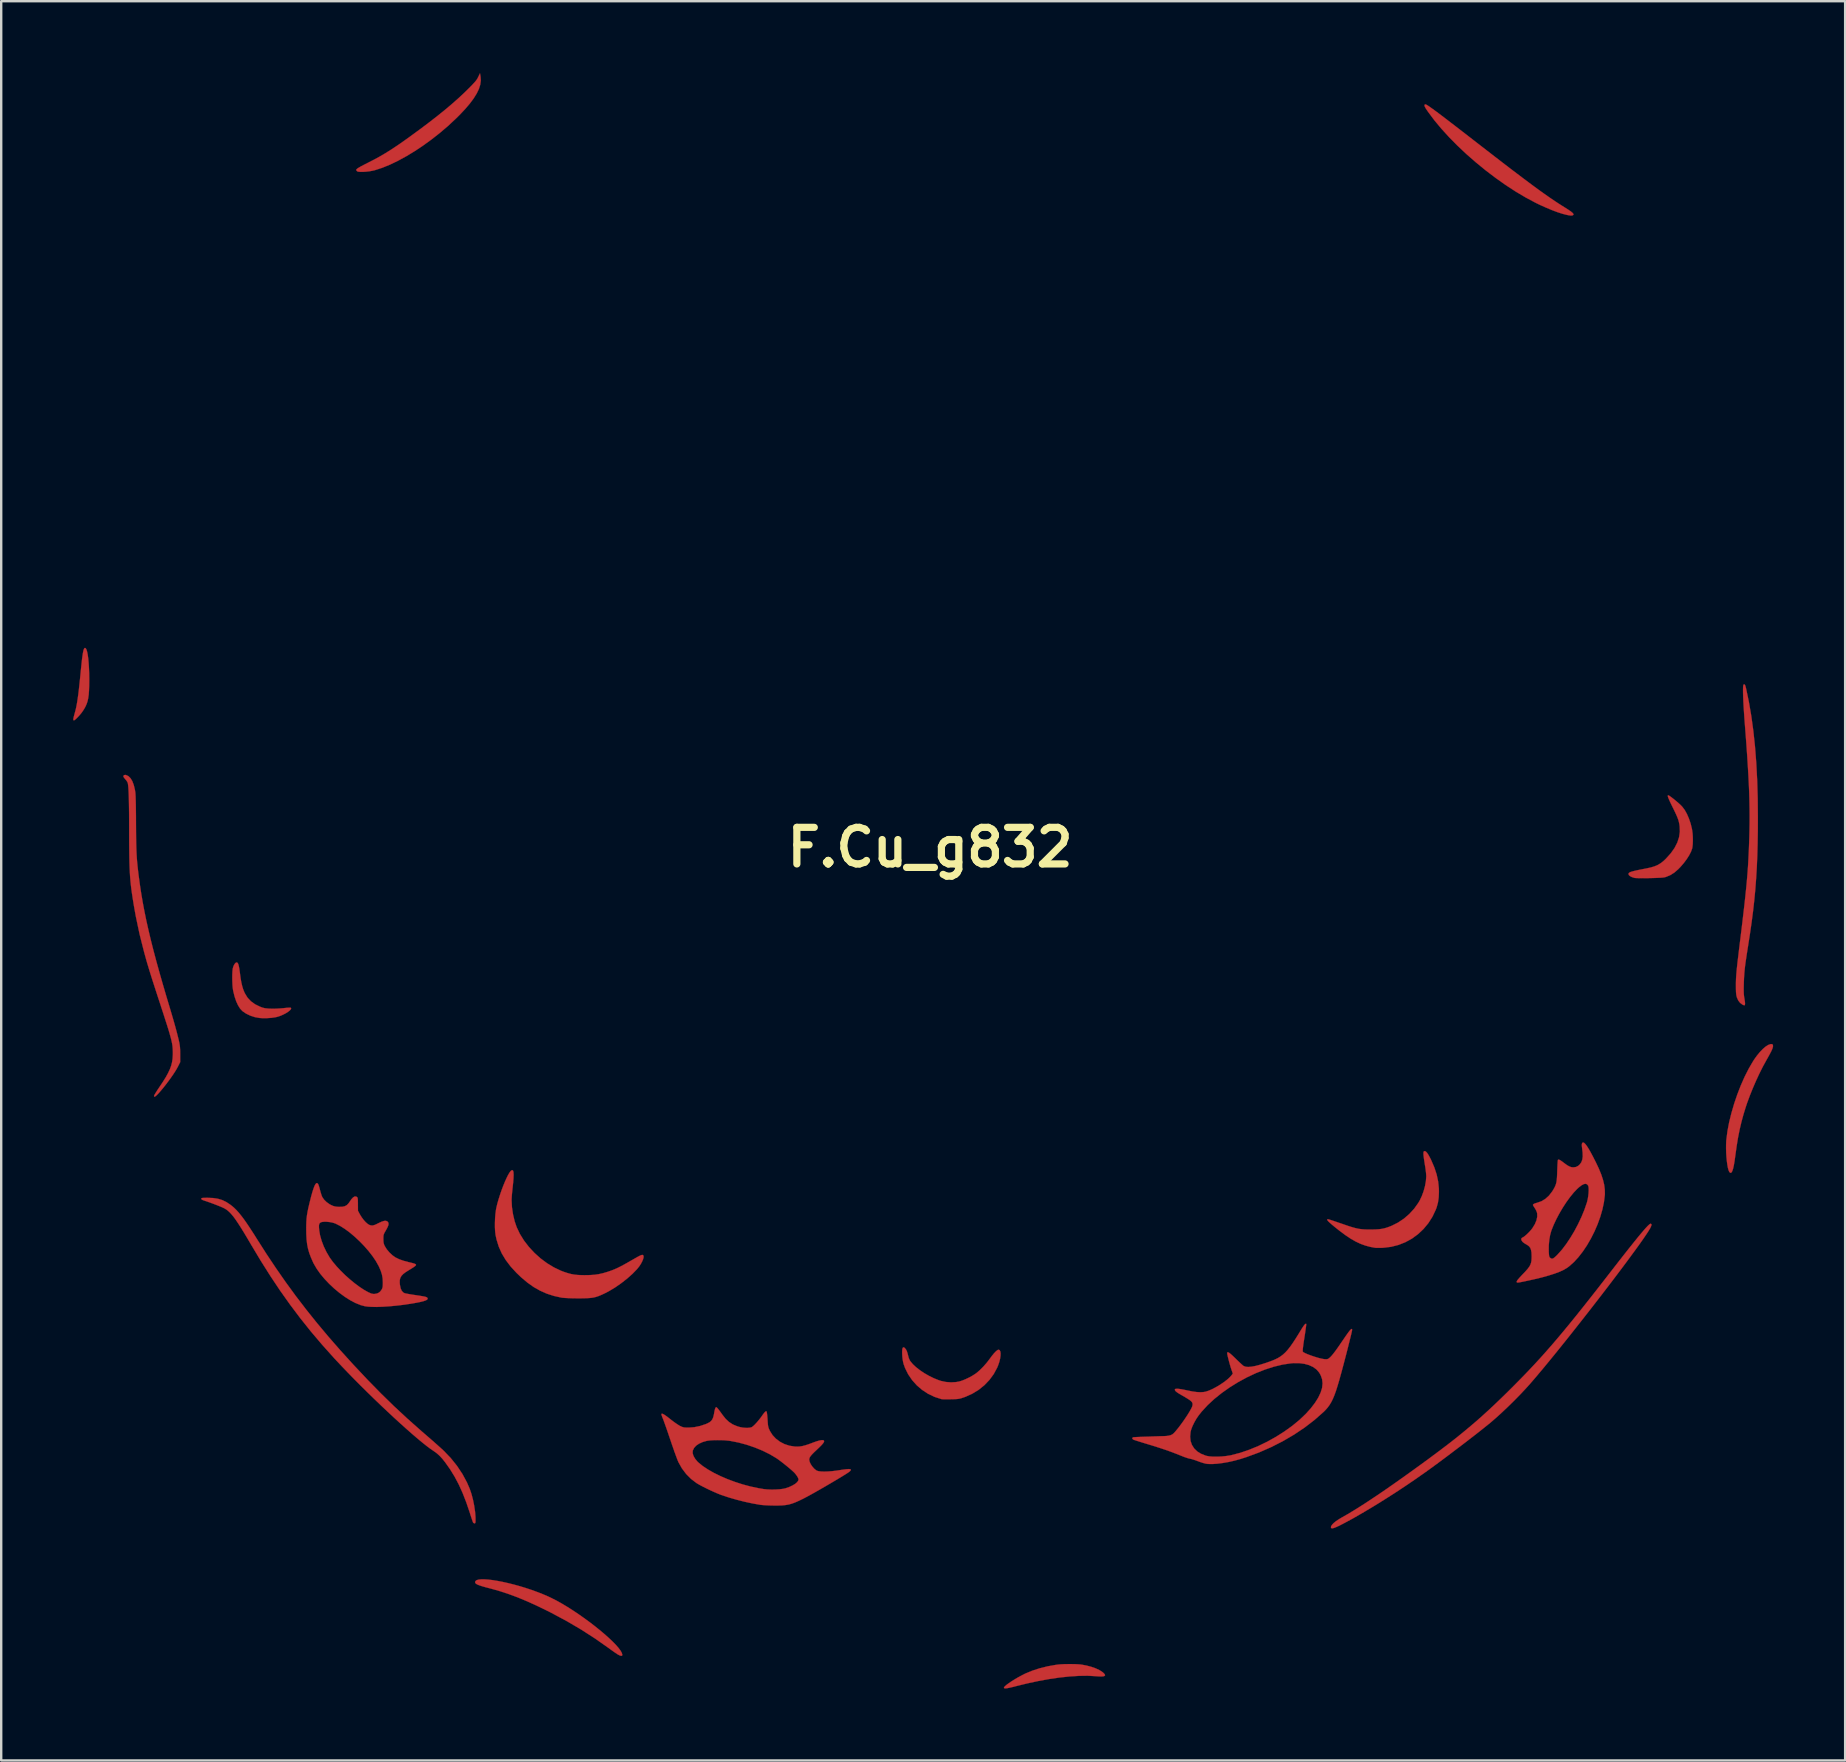
<source format=kicad_pcb>
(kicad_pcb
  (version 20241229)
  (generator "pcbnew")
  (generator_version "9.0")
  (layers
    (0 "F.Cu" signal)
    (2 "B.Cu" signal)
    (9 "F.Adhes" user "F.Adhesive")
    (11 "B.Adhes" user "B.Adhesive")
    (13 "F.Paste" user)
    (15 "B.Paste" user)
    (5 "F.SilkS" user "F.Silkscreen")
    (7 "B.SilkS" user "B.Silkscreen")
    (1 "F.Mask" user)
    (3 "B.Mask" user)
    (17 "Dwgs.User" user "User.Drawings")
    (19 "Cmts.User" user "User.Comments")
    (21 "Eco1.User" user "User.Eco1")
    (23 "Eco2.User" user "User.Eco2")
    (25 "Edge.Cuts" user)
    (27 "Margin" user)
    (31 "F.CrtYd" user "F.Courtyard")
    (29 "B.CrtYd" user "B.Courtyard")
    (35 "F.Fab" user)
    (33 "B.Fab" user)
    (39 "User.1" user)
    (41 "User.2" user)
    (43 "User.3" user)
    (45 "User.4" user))
  (footprint "F.Cu_g832"
    (layer "F.Cu")
    (at 35.713 32.267)
    (property "Reference" "F.Cu_g832" (at 0 0 0) (layer "F.SilkS") (effects (font (size 1.524 1.524) (thickness 0.3))))
    (attr through_hole)
    (fp_poly (pts (xy 6.057 34.041) (xy 6.191 34.048) (xy 6.295 34.058) (xy 6.297 34.058) (xy 6.511 34.097) (xy 6.714 34.15) (xy 6.899 34.215) (xy 7.058 34.289) (xy 7.184 34.37) (xy 7.225 34.404) (xy 7.275 34.458) (xy 7.294 34.5) (xy 7.278 34.529) (xy 7.227 34.547) (xy 7.138 34.554) (xy 7.011 34.55) (xy 6.89 34.541) (xy 6.564 34.524) (xy 6.206 34.529) (xy 5.819 34.553) (xy 5.406 34.597) (xy 4.971 34.66) (xy 4.519 34.742) (xy 4.052 34.842) (xy 3.627 34.946) (xy 3.461 34.989) (xy 3.332 35.019) (xy 3.234 35.039) (xy 3.164 35.049) (xy 3.117 35.049) (xy 3.089 35.04) (xy 3.079 35.029) (xy 3.085 35.001) (xy 3.125 34.957) (xy 3.192 34.899) (xy 3.284 34.832) (xy 3.394 34.757) (xy 3.519 34.679) (xy 3.654 34.599) (xy 3.795 34.522) (xy 3.936 34.45) (xy 3.981 34.428) (xy 4.262 34.312) (xy 4.572 34.212) (xy 4.903 34.13) (xy 5.244 34.07) (xy 5.333 34.058) (xy 5.447 34.048) (xy 5.588 34.041) (xy 5.744 34.038) (xy 5.904 34.038) (xy 6.057 34.041)) (stroke (width 0.01) (type solid)) (fill yes) (layer "F.Cu"))
    (fp_poly (pts (xy -35.195 -8.301) (xy -35.189 -8.296) (xy -35.159 -8.244) (xy -35.132 -8.154) (xy -35.107 -8.029) (xy -35.086 -7.873) (xy -35.069 -7.691) (xy -35.056 -7.486) (xy -35.047 -7.262) (xy -35.044 -7.023) (xy -35.044 -6.964) (xy -35.047 -6.73) (xy -35.054 -6.532) (xy -35.066 -6.364) (xy -35.086 -6.221) (xy -35.113 -6.096) (xy -35.15 -5.983) (xy -35.197 -5.876) (xy -35.256 -5.769) (xy -35.312 -5.682) (xy -35.364 -5.609) (xy -35.429 -5.53) (xy -35.498 -5.453) (xy -35.566 -5.383) (xy -35.625 -5.329) (xy -35.669 -5.297) (xy -35.685 -5.292) (xy -35.703 -5.31) (xy -35.708 -5.339) (xy -35.702 -5.379) (xy -35.687 -5.448) (xy -35.664 -5.536) (xy -35.647 -5.599) (xy -35.619 -5.701) (xy -35.593 -5.809) (xy -35.569 -5.928) (xy -35.546 -6.061) (xy -35.523 -6.213) (xy -35.499 -6.387) (xy -35.475 -6.586) (xy -35.45 -6.817) (xy -35.422 -7.081) (xy -35.393 -7.383) (xy -35.39 -7.408) (xy -35.366 -7.643) (xy -35.345 -7.838) (xy -35.324 -7.995) (xy -35.304 -8.118) (xy -35.285 -8.209) (xy -35.264 -8.27) (xy -35.243 -8.304) (xy -35.22 -8.314) (xy -35.195 -8.301)) (stroke (width 0.01) (type solid)) (fill yes) (layer "F.Cu"))
    (fp_poly (pts (xy 35.124 8.226) (xy 35.133 8.284) (xy 35.113 8.371) (xy 35.064 8.486) (xy 35.061 8.491) (xy 35.017 8.576) (xy 34.96 8.681) (xy 34.898 8.793) (xy 34.855 8.869) (xy 34.714 9.126) (xy 34.569 9.414) (xy 34.426 9.722) (xy 34.289 10.039) (xy 34.162 10.354) (xy 34.051 10.656) (xy 33.997 10.817) (xy 33.898 11.138) (xy 33.813 11.452) (xy 33.739 11.767) (xy 33.674 12.094) (xy 33.617 12.443) (xy 33.564 12.823) (xy 33.559 12.859) (xy 33.529 13.078) (xy 33.498 13.256) (xy 33.467 13.393) (xy 33.435 13.49) (xy 33.401 13.548) (xy 33.366 13.567) (xy 33.33 13.548) (xy 33.307 13.52) (xy 33.278 13.453) (xy 33.251 13.352) (xy 33.227 13.221) (xy 33.207 13.069) (xy 33.191 12.903) (xy 33.18 12.728) (xy 33.175 12.552) (xy 33.176 12.382) (xy 33.183 12.225) (xy 33.187 12.184) (xy 33.232 11.831) (xy 33.303 11.458) (xy 33.398 11.073) (xy 33.512 10.682) (xy 33.644 10.294) (xy 33.791 9.916) (xy 33.951 9.555) (xy 34.121 9.22) (xy 34.298 8.917) (xy 34.349 8.837) (xy 34.465 8.675) (xy 34.586 8.529) (xy 34.706 8.404) (xy 34.82 8.305) (xy 34.923 8.239) (xy 34.93 8.236) (xy 35.022 8.201) (xy 35.087 8.198) (xy 35.124 8.226)) (stroke (width 0.01) (type solid)) (fill yes) (layer "F.Cu"))
    (fp_poly (pts (xy -18.734 -32.116) (xy -18.724 -31.958) (xy -18.747 -31.79) (xy -18.803 -31.612) (xy -18.894 -31.422) (xy -19.02 -31.219) (xy -19.181 -31.002) (xy -19.379 -30.77) (xy -19.614 -30.521) (xy -19.773 -30.364) (xy -20.092 -30.067) (xy -20.427 -29.781) (xy -20.772 -29.51) (xy -21.123 -29.255) (xy -21.476 -29.02) (xy -21.827 -28.807) (xy -22.172 -28.618) (xy -22.507 -28.457) (xy -22.827 -28.326) (xy -23.128 -28.228) (xy -23.143 -28.223) (xy -23.258 -28.197) (xy -23.383 -28.176) (xy -23.509 -28.162) (xy -23.63 -28.154) (xy -23.736 -28.153) (xy -23.82 -28.16) (xy -23.873 -28.175) (xy -23.882 -28.182) (xy -23.91 -28.216) (xy -23.918 -28.234) (xy -23.908 -28.257) (xy -23.874 -28.288) (xy -23.814 -28.328) (xy -23.725 -28.38) (xy -23.604 -28.444) (xy -23.448 -28.523) (xy -23.421 -28.537) (xy -23.171 -28.665) (xy -22.928 -28.798) (xy -22.685 -28.941) (xy -22.436 -29.098) (xy -22.174 -29.272) (xy -21.892 -29.469) (xy -21.696 -29.609) (xy -21.274 -29.918) (xy -20.887 -30.209) (xy -20.533 -30.484) (xy -20.21 -30.745) (xy -19.914 -30.995) (xy -19.644 -31.234) (xy -19.397 -31.465) (xy -19.27 -31.59) (xy -19.152 -31.708) (xy -19.06 -31.803) (xy -18.99 -31.879) (xy -18.937 -31.941) (xy -18.897 -31.995) (xy -18.865 -32.045) (xy -18.837 -32.099) (xy -18.833 -32.107) (xy -18.758 -32.262) (xy -18.734 -32.116)) (stroke (width 0.01) (type solid)) (fill yes) (layer "F.Cu"))
    (fp_poly (pts (xy -18.41 30.517) (xy -18.226 30.539) (xy -18.025 30.572) (xy -17.808 30.614) (xy -17.58 30.665) (xy -17.344 30.724) (xy -17.101 30.791) (xy -16.857 30.865) (xy -16.613 30.946) (xy -16.373 31.033) (xy -16.14 31.124) (xy -15.917 31.22) (xy -15.78 31.285) (xy -15.569 31.392) (xy -15.349 31.515) (xy -15.122 31.651) (xy -14.891 31.798) (xy -14.659 31.953) (xy -14.429 32.115) (xy -14.203 32.28) (xy -13.985 32.447) (xy -13.777 32.614) (xy -13.582 32.777) (xy -13.404 32.935) (xy -13.244 33.085) (xy -13.106 33.226) (xy -12.992 33.355) (xy -12.906 33.469) (xy -12.85 33.566) (xy -12.827 33.645) (xy -12.827 33.654) (xy -12.84 33.689) (xy -12.88 33.694) (xy -12.949 33.671) (xy -12.991 33.649) (xy -13.037 33.622) (xy -13.109 33.574) (xy -13.2 33.51) (xy -13.305 33.436) (xy -13.415 33.356) (xy -13.415 33.356) (xy -13.968 32.968) (xy -14.54 32.6) (xy -15.138 32.249) (xy -15.769 31.91) (xy -15.961 31.813) (xy -16.393 31.603) (xy -16.8 31.419) (xy -17.186 31.258) (xy -17.559 31.12) (xy -17.923 31) (xy -18.284 30.897) (xy -18.352 30.88) (xy -18.535 30.832) (xy -18.68 30.79) (xy -18.791 30.753) (xy -18.871 30.72) (xy -18.924 30.689) (xy -18.953 30.658) (xy -18.961 30.635) (xy -18.951 30.582) (xy -18.903 30.543) (xy -18.822 30.518) (xy -18.711 30.506) (xy -18.573 30.506) (xy -18.41 30.517)) (stroke (width 0.01) (type solid)) (fill yes) (layer "F.Cu"))
    (fp_poly (pts (xy -28.873 4.803) (xy -28.848 4.831) (xy -28.826 4.883) (xy -28.806 4.963) (xy -28.786 5.077) (xy -28.765 5.228) (xy -28.763 5.245) (xy -28.735 5.453) (xy -28.705 5.626) (xy -28.671 5.773) (xy -28.633 5.901) (xy -28.587 6.018) (xy -28.554 6.088) (xy -28.446 6.263) (xy -28.306 6.413) (xy -28.132 6.539) (xy -27.923 6.641) (xy -27.824 6.678) (xy -27.716 6.704) (xy -27.574 6.719) (xy -27.406 6.725) (xy -27.219 6.721) (xy -27.02 6.707) (xy -26.968 6.702) (xy -26.859 6.691) (xy -26.764 6.683) (xy -26.692 6.679) (xy -26.652 6.679) (xy -26.646 6.68) (xy -26.628 6.71) (xy -26.644 6.751) (xy -26.69 6.8) (xy -26.759 6.854) (xy -26.847 6.91) (xy -26.948 6.963) (xy -27.057 7.012) (xy -27.168 7.051) (xy -27.273 7.078) (xy -27.448 7.104) (xy -27.643 7.117) (xy -27.837 7.116) (xy -27.94 7.11) (xy -28.136 7.076) (xy -28.329 7.013) (xy -28.508 6.927) (xy -28.66 6.823) (xy -28.661 6.821) (xy -28.755 6.721) (xy -28.842 6.582) (xy -28.92 6.412) (xy -28.987 6.213) (xy -29.041 5.992) (xy -29.049 5.951) (xy -29.064 5.85) (xy -29.074 5.723) (xy -29.08 5.58) (xy -29.083 5.432) (xy -29.081 5.29) (xy -29.075 5.164) (xy -29.065 5.066) (xy -29.06 5.039) (xy -29.032 4.948) (xy -28.993 4.871) (xy -28.949 4.816) (xy -28.905 4.794) (xy -28.903 4.794) (xy -28.873 4.803)) (stroke (width 0.01) (type solid)) (fill yes) (layer "F.Cu"))
    (fp_poly (pts (xy 20.662 -30.963) (xy 20.691 -30.949) (xy 20.733 -30.925) (xy 20.788 -30.889) (xy 20.858 -30.84) (xy 20.946 -30.777) (xy 21.053 -30.699) (xy 21.18 -30.605) (xy 21.329 -30.492) (xy 21.502 -30.361) (xy 21.699 -30.209) (xy 21.924 -30.037) (xy 22.177 -29.841) (xy 22.46 -29.622) (xy 22.774 -29.379) (xy 22.789 -29.367) (xy 23.182 -29.063) (xy 23.544 -28.783) (xy 23.876 -28.527) (xy 24.181 -28.293) (xy 24.462 -28.08) (xy 24.719 -27.886) (xy 24.955 -27.709) (xy 25.172 -27.548) (xy 25.371 -27.402) (xy 25.556 -27.27) (xy 25.727 -27.149) (xy 25.888 -27.038) (xy 26.039 -26.936) (xy 26.183 -26.841) (xy 26.322 -26.752) (xy 26.458 -26.667) (xy 26.469 -26.66) (xy 26.608 -26.572) (xy 26.711 -26.5) (xy 26.779 -26.443) (xy 26.813 -26.399) (xy 26.815 -26.367) (xy 26.787 -26.345) (xy 26.785 -26.344) (xy 26.743 -26.335) (xy 26.688 -26.335) (xy 26.609 -26.347) (xy 26.524 -26.364) (xy 26.347 -26.41) (xy 26.141 -26.477) (xy 25.913 -26.563) (xy 25.669 -26.665) (xy 25.416 -26.779) (xy 25.229 -26.87) (xy 24.819 -27.089) (xy 24.401 -27.337) (xy 23.981 -27.611) (xy 23.562 -27.908) (xy 23.148 -28.223) (xy 22.744 -28.554) (xy 22.353 -28.896) (xy 21.981 -29.246) (xy 21.631 -29.601) (xy 21.308 -29.956) (xy 21.015 -30.308) (xy 20.757 -30.654) (xy 20.67 -30.781) (xy 20.622 -30.864) (xy 20.604 -30.925) (xy 20.616 -30.959) (xy 20.644 -30.967) (xy 20.662 -30.963)) (stroke (width 0.01) (type solid)) (fill yes) (layer "F.Cu"))
    (fp_poly (pts (xy -1.074 20.847) (xy -1.056 20.862) (xy -1.005 20.922) (xy -0.965 21.003) (xy -0.931 21.114) (xy -0.918 21.171) (xy -0.888 21.281) (xy -0.846 21.377) (xy -0.826 21.409) (xy -0.724 21.533) (xy -0.587 21.662) (xy -0.423 21.79) (xy -0.24 21.913) (xy -0.043 22.026) (xy 0.159 22.125) (xy 0.359 22.205) (xy 0.456 22.237) (xy 0.658 22.28) (xy 0.873 22.296) (xy 1.083 22.284) (xy 1.217 22.26) (xy 1.341 22.221) (xy 1.485 22.162) (xy 1.636 22.09) (xy 1.779 22.01) (xy 1.902 21.93) (xy 1.926 21.913) (xy 2.073 21.788) (xy 2.224 21.636) (xy 2.37 21.468) (xy 2.487 21.315) (xy 2.584 21.184) (xy 2.672 21.077) (xy 2.75 20.998) (xy 2.812 20.949) (xy 2.854 20.934) (xy 2.898 20.952) (xy 2.927 21.005) (xy 2.939 21.085) (xy 2.936 21.188) (xy 2.919 21.308) (xy 2.887 21.44) (xy 2.84 21.578) (xy 2.798 21.68) (xy 2.654 21.948) (xy 2.475 22.193) (xy 2.265 22.413) (xy 2.026 22.606) (xy 1.761 22.768) (xy 1.474 22.898) (xy 1.395 22.926) (xy 1.317 22.952) (xy 1.251 22.971) (xy 1.187 22.983) (xy 1.116 22.991) (xy 1.026 22.996) (xy 0.909 22.999) (xy 0.857 23) (xy 0.739 23.001) (xy 0.633 23.001) (xy 0.548 23) (xy 0.492 22.997) (xy 0.476 22.995) (xy 0.188 22.902) (xy -0.082 22.773) (xy -0.33 22.611) (xy -0.553 22.42) (xy -0.748 22.202) (xy -0.913 21.96) (xy -1.043 21.697) (xy -1.101 21.537) (xy -1.124 21.446) (xy -1.143 21.339) (xy -1.156 21.225) (xy -1.163 21.111) (xy -1.164 21.008) (xy -1.158 20.924) (xy -1.145 20.867) (xy -1.134 20.851) (xy -1.104 20.834) (xy -1.074 20.847)) (stroke (width 0.01) (type solid)) (fill yes) (layer "F.Cu"))
    (fp_poly (pts (xy 30.791 -2.161) (xy 30.814 -2.148) (xy 30.895 -2.09) (xy 30.994 -2.014) (xy 31.099 -1.927) (xy 31.201 -1.839) (xy 31.289 -1.758) (xy 31.347 -1.698) (xy 31.449 -1.563) (xy 31.544 -1.394) (xy 31.628 -1.2) (xy 31.699 -0.99) (xy 31.752 -0.774) (xy 31.761 -0.722) (xy 31.779 -0.586) (xy 31.789 -0.434) (xy 31.791 -0.279) (xy 31.786 -0.133) (xy 31.772 -0.009) (xy 31.76 0.053) (xy 31.712 0.184) (xy 31.635 0.333) (xy 31.533 0.492) (xy 31.41 0.656) (xy 31.272 0.816) (xy 31.179 0.912) (xy 31.017 1.052) (xy 30.843 1.16) (xy 30.667 1.232) (xy 30.596 1.25) (xy 30.543 1.257) (xy 30.455 1.264) (xy 30.341 1.269) (xy 30.209 1.274) (xy 30.065 1.278) (xy 29.916 1.281) (xy 29.771 1.282) (xy 29.637 1.283) (xy 29.52 1.281) (xy 29.428 1.278) (xy 29.369 1.274) (xy 29.358 1.272) (xy 29.254 1.239) (xy 29.174 1.198) (xy 29.123 1.152) (xy 29.108 1.105) (xy 29.112 1.09) (xy 29.125 1.068) (xy 29.15 1.047) (xy 29.191 1.027) (xy 29.251 1.007) (xy 29.336 0.984) (xy 29.448 0.958) (xy 29.593 0.928) (xy 29.773 0.893) (xy 29.845 0.879) (xy 30.038 0.837) (xy 30.199 0.788) (xy 30.336 0.729) (xy 30.459 0.653) (xy 30.578 0.558) (xy 30.67 0.47) (xy 30.87 0.247) (xy 31.028 0.024) (xy 31.143 -0.201) (xy 31.217 -0.428) (xy 31.249 -0.656) (xy 31.241 -0.868) (xy 31.229 -0.96) (xy 31.212 -1.046) (xy 31.19 -1.13) (xy 31.158 -1.221) (xy 31.115 -1.326) (xy 31.058 -1.451) (xy 30.985 -1.602) (xy 30.942 -1.688) (xy 30.865 -1.846) (xy 30.808 -1.97) (xy 30.769 -2.061) (xy 30.749 -2.124) (xy 30.746 -2.159) (xy 30.761 -2.171) (xy 30.791 -2.161)) (stroke (width 0.01) (type solid)) (fill yes) (layer "F.Cu"))
    (fp_poly (pts (xy 20.662 12.676) (xy 20.715 12.732) (xy 20.778 12.827) (xy 20.85 12.962) (xy 20.883 13.028) (xy 21.016 13.336) (xy 21.113 13.632) (xy 21.175 13.923) (xy 21.205 14.216) (xy 21.208 14.362) (xy 21.198 14.593) (xy 21.168 14.8) (xy 21.116 14.993) (xy 21.078 15.096) (xy 20.938 15.392) (xy 20.765 15.663) (xy 20.563 15.906) (xy 20.335 16.12) (xy 20.084 16.304) (xy 19.811 16.454) (xy 19.52 16.569) (xy 19.214 16.647) (xy 18.895 16.686) (xy 18.838 16.689) (xy 18.739 16.692) (xy 18.648 16.692) (xy 18.579 16.69) (xy 18.553 16.688) (xy 18.338 16.648) (xy 18.133 16.592) (xy 17.932 16.518) (xy 17.729 16.422) (xy 17.521 16.302) (xy 17.303 16.156) (xy 17.068 15.981) (xy 16.85 15.807) (xy 16.737 15.712) (xy 16.654 15.639) (xy 16.598 15.586) (xy 16.565 15.548) (xy 16.553 15.521) (xy 16.557 15.504) (xy 16.559 15.501) (xy 16.565 15.497) (xy 16.577 15.497) (xy 16.598 15.5) (xy 16.633 15.509) (xy 16.685 15.525) (xy 16.759 15.549) (xy 16.857 15.582) (xy 16.986 15.626) (xy 17.147 15.681) (xy 17.272 15.724) (xy 17.456 15.787) (xy 17.611 15.835) (xy 17.744 15.871) (xy 17.866 15.897) (xy 17.986 15.913) (xy 18.113 15.923) (xy 18.255 15.927) (xy 18.373 15.927) (xy 18.553 15.924) (xy 18.702 15.915) (xy 18.832 15.898) (xy 18.954 15.871) (xy 19.079 15.832) (xy 19.219 15.778) (xy 19.237 15.771) (xy 19.497 15.641) (xy 19.745 15.476) (xy 19.973 15.279) (xy 20.177 15.057) (xy 20.35 14.814) (xy 20.41 14.711) (xy 20.496 14.529) (xy 20.57 14.325) (xy 20.628 14.114) (xy 20.665 13.907) (xy 20.68 13.718) (xy 20.68 13.708) (xy 20.676 13.635) (xy 20.667 13.534) (xy 20.652 13.419) (xy 20.637 13.314) (xy 20.607 13.13) (xy 20.585 12.984) (xy 20.57 12.87) (xy 20.563 12.786) (xy 20.563 12.727) (xy 20.569 12.689) (xy 20.583 12.668) (xy 20.603 12.659) (xy 20.617 12.658) (xy 20.662 12.676)) (stroke (width 0.01) (type solid)) (fill yes) (layer "F.Cu"))
    (fp_poly (pts (xy -17.375 13.484) (xy -17.362 13.548) (xy -17.357 13.647) (xy -17.362 13.782) (xy -17.375 13.955) (xy -17.397 14.168) (xy -17.399 14.182) (xy -17.413 14.316) (xy -17.426 14.448) (xy -17.435 14.567) (xy -17.44 14.663) (xy -17.441 14.706) (xy -17.426 14.996) (xy -17.382 15.294) (xy -17.313 15.584) (xy -17.231 15.824) (xy -17.097 16.108) (xy -16.926 16.385) (xy -16.722 16.65) (xy -16.49 16.9) (xy -16.235 17.129) (xy -15.962 17.332) (xy -15.675 17.506) (xy -15.38 17.646) (xy -15.258 17.692) (xy -15.101 17.743) (xy -14.961 17.781) (xy -14.824 17.806) (xy -14.678 17.821) (xy -14.509 17.828) (xy -14.393 17.829) (xy -14.175 17.825) (xy -13.984 17.812) (xy -13.807 17.786) (xy -13.631 17.746) (xy -13.441 17.69) (xy -13.396 17.675) (xy -13.276 17.633) (xy -13.161 17.588) (xy -13.045 17.537) (xy -12.921 17.476) (xy -12.781 17.402) (xy -12.619 17.312) (xy -12.452 17.216) (xy -12.313 17.137) (xy -12.207 17.076) (xy -12.126 17.033) (xy -12.068 17.005) (xy -12.027 16.99) (xy -11.997 16.984) (xy -11.975 16.987) (xy -11.97 16.989) (xy -11.943 17.02) (xy -11.94 17.078) (xy -11.958 17.157) (xy -11.996 17.25) (xy -12.05 17.353) (xy -12.119 17.459) (xy -12.2 17.561) (xy -12.207 17.57) (xy -12.401 17.771) (xy -12.627 17.972) (xy -12.874 18.165) (xy -13.132 18.344) (xy -13.391 18.499) (xy -13.557 18.585) (xy -13.701 18.652) (xy -13.82 18.701) (xy -13.926 18.736) (xy -14.028 18.76) (xy -14.127 18.775) (xy -14.218 18.783) (xy -14.339 18.789) (xy -14.483 18.793) (xy -14.64 18.794) (xy -14.803 18.793) (xy -14.962 18.79) (xy -15.109 18.784) (xy -15.235 18.777) (xy -15.331 18.769) (xy -15.367 18.763) (xy -15.682 18.693) (xy -15.976 18.598) (xy -16.253 18.475) (xy -16.521 18.323) (xy -16.783 18.137) (xy -17.045 17.916) (xy -17.241 17.728) (xy -17.483 17.464) (xy -17.685 17.197) (xy -17.849 16.924) (xy -17.976 16.641) (xy -18.068 16.346) (xy -18.11 16.149) (xy -18.127 16.007) (xy -18.136 15.835) (xy -18.136 15.647) (xy -18.129 15.453) (xy -18.114 15.268) (xy -18.092 15.101) (xy -18.078 15.027) (xy -18.038 14.858) (xy -17.987 14.678) (xy -17.928 14.491) (xy -17.864 14.304) (xy -17.796 14.122) (xy -17.727 13.951) (xy -17.658 13.797) (xy -17.593 13.665) (xy -17.534 13.561) (xy -17.482 13.492) (xy -17.473 13.483) (xy -17.431 13.453) (xy -17.398 13.453) (xy -17.375 13.484)) (stroke (width 0.01) (type solid)) (fill yes) (layer "F.Cu"))
    (fp_poly (pts (xy 33.951 -6.787) (xy 33.969 -6.759) (xy 33.988 -6.704) (xy 34.01 -6.615) (xy 34.012 -6.609) (xy 34.127 -6.057) (xy 34.227 -5.475) (xy 34.311 -4.86) (xy 34.38 -4.212) (xy 34.433 -3.529) (xy 34.471 -2.811) (xy 34.494 -2.056) (xy 34.501 -1.262) (xy 34.501 -1.249) (xy 34.499 -0.682) (xy 34.49 -0.151) (xy 34.476 0.352) (xy 34.456 0.832) (xy 34.428 1.296) (xy 34.394 1.75) (xy 34.351 2.202) (xy 34.3 2.657) (xy 34.24 3.123) (xy 34.17 3.606) (xy 34.11 3.99) (xy 34.07 4.248) (xy 34.035 4.469) (xy 34.007 4.66) (xy 33.983 4.824) (xy 33.964 4.969) (xy 33.95 5.099) (xy 33.938 5.219) (xy 33.93 5.335) (xy 33.923 5.453) (xy 33.918 5.577) (xy 33.915 5.669) (xy 33.911 5.828) (xy 33.91 5.954) (xy 33.912 6.055) (xy 33.917 6.14) (xy 33.926 6.219) (xy 33.939 6.3) (xy 33.941 6.307) (xy 33.96 6.43) (xy 33.966 6.514) (xy 33.959 6.564) (xy 33.939 6.583) (xy 33.936 6.583) (xy 33.907 6.574) (xy 33.86 6.553) (xy 33.856 6.551) (xy 33.76 6.48) (xy 33.681 6.377) (xy 33.625 6.25) (xy 33.622 6.238) (xy 33.607 6.176) (xy 33.596 6.107) (xy 33.589 6.022) (xy 33.586 5.913) (xy 33.585 5.772) (xy 33.585 5.747) (xy 33.585 5.657) (xy 33.587 5.572) (xy 33.59 5.486) (xy 33.595 5.396) (xy 33.602 5.298) (xy 33.611 5.188) (xy 33.623 5.063) (xy 33.638 4.919) (xy 33.657 4.751) (xy 33.68 4.557) (xy 33.707 4.331) (xy 33.738 4.072) (xy 33.773 3.789) (xy 33.825 3.367) (xy 33.871 2.982) (xy 33.912 2.632) (xy 33.949 2.311) (xy 33.981 2.016) (xy 34.009 1.742) (xy 34.034 1.485) (xy 34.055 1.242) (xy 34.074 1.008) (xy 34.09 0.78) (xy 34.103 0.552) (xy 34.115 0.321) (xy 34.126 0.083) (xy 34.135 -0.166) (xy 34.144 -0.427) (xy 34.151 -0.728) (xy 34.156 -1.026) (xy 34.157 -1.325) (xy 34.154 -1.63) (xy 34.148 -1.944) (xy 34.139 -2.27) (xy 34.125 -2.613) (xy 34.107 -2.976) (xy 34.084 -3.363) (xy 34.058 -3.778) (xy 34.027 -4.225) (xy 33.991 -4.708) (xy 33.963 -5.069) (xy 33.942 -5.346) (xy 33.924 -5.609) (xy 33.908 -5.855) (xy 33.896 -6.078) (xy 33.888 -6.275) (xy 33.883 -6.442) (xy 33.882 -6.575) (xy 33.884 -6.662) (xy 33.89 -6.736) (xy 33.9 -6.776) (xy 33.916 -6.793) (xy 33.93 -6.795) (xy 33.951 -6.787)) (stroke (width 0.01) (type solid)) (fill yes) (layer "F.Cu"))
    (fp_poly (pts (xy 30.063 15.7) (xy 30.066 15.744) (xy 30.039 15.818) (xy 30.008 15.88) (xy 29.945 15.984) (xy 29.857 16.12) (xy 29.746 16.283) (xy 29.614 16.472) (xy 29.461 16.685) (xy 29.291 16.918) (xy 29.105 17.171) (xy 28.905 17.441) (xy 28.692 17.724) (xy 28.468 18.02) (xy 28.236 18.325) (xy 27.996 18.638) (xy 27.751 18.955) (xy 27.502 19.276) (xy 27.251 19.597) (xy 27 19.916) (xy 26.752 20.23) (xy 26.506 20.539) (xy 26.266 20.838) (xy 26.033 21.127) (xy 25.809 21.401) (xy 25.595 21.661) (xy 25.394 21.902) (xy 25.208 22.122) (xy 25.037 22.32) (xy 25.01 22.352) (xy 24.801 22.583) (xy 24.57 22.828) (xy 24.323 23.079) (xy 24.07 23.327) (xy 23.818 23.565) (xy 23.575 23.785) (xy 23.367 23.965) (xy 23.236 24.072) (xy 23.076 24.2) (xy 22.891 24.347) (xy 22.685 24.508) (xy 22.463 24.679) (xy 22.23 24.859) (xy 21.989 25.042) (xy 21.746 25.226) (xy 21.505 25.408) (xy 21.27 25.583) (xy 21.046 25.748) (xy 20.838 25.9) (xy 20.65 26.035) (xy 20.637 26.044) (xy 20.23 26.33) (xy 19.807 26.617) (xy 19.377 26.901) (xy 18.946 27.176) (xy 18.521 27.44) (xy 18.11 27.686) (xy 17.72 27.912) (xy 17.518 28.024) (xy 17.321 28.131) (xy 17.157 28.217) (xy 17.023 28.284) (xy 16.918 28.332) (xy 16.837 28.363) (xy 16.778 28.378) (xy 16.738 28.378) (xy 16.715 28.364) (xy 16.708 28.353) (xy 16.711 28.302) (xy 16.748 28.238) (xy 16.818 28.164) (xy 16.915 28.084) (xy 17.038 28.001) (xy 17.141 27.94) (xy 17.393 27.796) (xy 17.664 27.633) (xy 17.957 27.45) (xy 18.273 27.246) (xy 18.613 27.019) (xy 18.98 26.769) (xy 19.373 26.495) (xy 19.796 26.196) (xy 20.249 25.87) (xy 20.426 25.742) (xy 20.83 25.446) (xy 21.202 25.169) (xy 21.548 24.907) (xy 21.871 24.656) (xy 22.175 24.411) (xy 22.466 24.17) (xy 22.749 23.929) (xy 23.026 23.684) (xy 23.303 23.431) (xy 23.585 23.166) (xy 23.876 22.886) (xy 24.074 22.692) (xy 24.327 22.44) (xy 24.569 22.195) (xy 24.804 21.954) (xy 25.032 21.715) (xy 25.256 21.475) (xy 25.479 21.231) (xy 25.702 20.981) (xy 25.929 20.721) (xy 26.161 20.449) (xy 26.401 20.163) (xy 26.651 19.86) (xy 26.913 19.537) (xy 27.189 19.192) (xy 27.483 18.821) (xy 27.796 18.422) (xy 28.13 17.993) (xy 28.279 17.801) (xy 28.539 17.466) (xy 28.774 17.164) (xy 28.986 16.894) (xy 29.176 16.654) (xy 29.344 16.444) (xy 29.491 16.262) (xy 29.619 16.107) (xy 29.728 15.978) (xy 29.819 15.874) (xy 29.893 15.794) (xy 29.952 15.737) (xy 29.995 15.701) (xy 30.024 15.685) (xy 30.03 15.684) (xy 30.063 15.7)) (stroke (width 0.01) (type solid)) (fill yes) (layer "F.Cu"))
    (fp_poly (pts (xy -29.876 14.614) (xy -29.678 14.645) (xy -29.499 14.699) (xy -29.331 14.781) (xy -29.162 14.893) (xy -29.105 14.937) (xy -29.009 15.018) (xy -28.913 15.113) (xy -28.813 15.223) (xy -28.708 15.352) (xy -28.594 15.503) (xy -28.47 15.68) (xy -28.333 15.886) (xy -28.179 16.123) (xy -28.063 16.309) (xy -27.663 16.936) (xy -27.26 17.54) (xy -26.851 18.127) (xy -26.432 18.701) (xy -25.998 19.267) (xy -25.547 19.83) (xy -25.074 20.394) (xy -24.577 20.963) (xy -24.05 21.544) (xy -23.49 22.14) (xy -23.414 22.22) (xy -22.879 22.766) (xy -22.339 23.293) (xy -21.781 23.811) (xy -21.197 24.329) (xy -21.007 24.493) (xy -20.868 24.613) (xy -20.728 24.735) (xy -20.593 24.855) (xy -20.469 24.965) (xy -20.363 25.061) (xy -20.282 25.136) (xy -20.27 25.147) (xy -19.977 25.452) (xy -19.716 25.777) (xy -19.489 26.119) (xy -19.299 26.472) (xy -19.184 26.739) (xy -19.112 26.952) (xy -19.05 27.189) (xy -19 27.437) (xy -18.964 27.681) (xy -18.946 27.908) (xy -18.945 27.988) (xy -18.945 28.077) (xy -18.949 28.132) (xy -18.957 28.16) (xy -18.971 28.171) (xy -18.986 28.173) (xy -19.03 28.156) (xy -19.047 28.136) (xy -19.059 28.105) (xy -19.082 28.04) (xy -19.113 27.949) (xy -19.149 27.839) (xy -19.187 27.718) (xy -19.33 27.297) (xy -19.48 26.912) (xy -19.639 26.559) (xy -19.812 26.232) (xy -19.999 25.926) (xy -20.205 25.634) (xy -20.205 25.634) (xy -20.328 25.479) (xy -20.445 25.353) (xy -20.563 25.248) (xy -20.694 25.154) (xy -20.714 25.14) (xy -20.846 25.05) (xy -21.004 24.93) (xy -21.185 24.785) (xy -21.388 24.616) (xy -21.609 24.426) (xy -21.846 24.217) (xy -22.096 23.992) (xy -22.357 23.753) (xy -22.625 23.503) (xy -22.899 23.244) (xy -23.176 22.978) (xy -23.453 22.708) (xy -23.728 22.436) (xy -23.997 22.165) (xy -24.259 21.897) (xy -24.51 21.635) (xy -24.749 21.381) (xy -24.859 21.262) (xy -25.344 20.72) (xy -25.805 20.176) (xy -26.246 19.624) (xy -26.671 19.059) (xy -27.086 18.475) (xy -27.493 17.865) (xy -27.897 17.225) (xy -28.3 16.552) (xy -28.458 16.284) (xy -28.597 16.051) (xy -28.721 15.85) (xy -28.832 15.678) (xy -28.93 15.532) (xy -29.019 15.409) (xy -29.101 15.308) (xy -29.176 15.225) (xy -29.249 15.157) (xy -29.319 15.101) (xy -29.391 15.056) (xy -29.436 15.032) (xy -29.507 14.999) (xy -29.609 14.956) (xy -29.732 14.907) (xy -29.865 14.856) (xy -30 14.806) (xy -30.125 14.762) (xy -30.233 14.726) (xy -30.252 14.72) (xy -30.326 14.693) (xy -30.365 14.667) (xy -30.374 14.643) (xy -30.371 14.628) (xy -30.356 14.617) (xy -30.324 14.61) (xy -30.268 14.607) (xy -30.18 14.605) (xy -30.102 14.605) (xy -29.876 14.614)) (stroke (width 0.01) (type solid)) (fill yes) (layer "F.Cu"))
    (fp_poly (pts (xy -33.514 -3.017) (xy -33.412 -2.97) (xy -33.324 -2.884) (xy -33.248 -2.759) (xy -33.187 -2.597) (xy -33.14 -2.4) (xy -33.124 -2.304) (xy -33.118 -2.233) (xy -33.112 -2.121) (xy -33.107 -1.969) (xy -33.102 -1.776) (xy -33.099 -1.546) (xy -33.096 -1.278) (xy -33.095 -0.984) (xy -33.093 -0.696) (xy -33.091 -0.444) (xy -33.088 -0.223) (xy -33.083 -0.027) (xy -33.077 0.149) (xy -33.069 0.312) (xy -33.059 0.466) (xy -33.047 0.619) (xy -33.031 0.775) (xy -33.013 0.94) (xy -32.991 1.121) (xy -32.977 1.228) (xy -32.929 1.584) (xy -32.874 1.941) (xy -32.813 2.3) (xy -32.744 2.665) (xy -32.667 3.041) (xy -32.58 3.429) (xy -32.484 3.834) (xy -32.377 4.259) (xy -32.258 4.708) (xy -32.127 5.183) (xy -31.982 5.689) (xy -31.824 6.229) (xy -31.708 6.615) (xy -31.612 6.937) (xy -31.528 7.225) (xy -31.456 7.481) (xy -31.394 7.711) (xy -31.342 7.918) (xy -31.313 8.036) (xy -31.289 8.145) (xy -31.273 8.239) (xy -31.262 8.331) (xy -31.256 8.435) (xy -31.254 8.563) (xy -31.254 8.618) (xy -31.253 8.949) (xy -31.353 9.147) (xy -31.409 9.248) (xy -31.481 9.365) (xy -31.566 9.493) (xy -31.66 9.627) (xy -31.76 9.764) (xy -31.862 9.898) (xy -31.962 10.024) (xy -32.058 10.139) (xy -32.144 10.238) (xy -32.219 10.316) (xy -32.278 10.369) (xy -32.318 10.392) (xy -32.323 10.393) (xy -32.34 10.375) (xy -32.343 10.355) (xy -32.331 10.326) (xy -32.299 10.269) (xy -32.25 10.19) (xy -32.189 10.094) (xy -32.119 9.99) (xy -31.973 9.771) (xy -31.853 9.578) (xy -31.758 9.405) (xy -31.684 9.247) (xy -31.629 9.098) (xy -31.592 8.952) (xy -31.57 8.804) (xy -31.56 8.648) (xy -31.559 8.587) (xy -31.56 8.502) (xy -31.563 8.423) (xy -31.568 8.345) (xy -31.576 8.266) (xy -31.589 8.182) (xy -31.608 8.09) (xy -31.632 7.985) (xy -31.664 7.866) (xy -31.703 7.728) (xy -31.751 7.568) (xy -31.809 7.383) (xy -31.878 7.169) (xy -31.957 6.922) (xy -32.05 6.64) (xy -32.078 6.551) (xy -32.175 6.257) (xy -32.259 5.998) (xy -32.332 5.772) (xy -32.397 5.572) (xy -32.453 5.396) (xy -32.502 5.239) (xy -32.546 5.096) (xy -32.586 4.964) (xy -32.624 4.838) (xy -32.66 4.714) (xy -32.695 4.587) (xy -32.732 4.454) (xy -32.755 4.371) (xy -32.945 3.62) (xy -33.103 2.873) (xy -33.167 2.519) (xy -33.204 2.299) (xy -33.236 2.099) (xy -33.264 1.912) (xy -33.289 1.735) (xy -33.309 1.563) (xy -33.326 1.392) (xy -33.341 1.217) (xy -33.352 1.033) (xy -33.361 0.837) (xy -33.368 0.624) (xy -33.373 0.389) (xy -33.376 0.128) (xy -33.379 -0.163) (xy -33.38 -0.489) (xy -33.38 -0.72) (xy -33.381 -1.09) (xy -33.383 -1.419) (xy -33.387 -1.709) (xy -33.391 -1.959) (xy -33.397 -2.172) (xy -33.404 -2.348) (xy -33.413 -2.488) (xy -33.423 -2.594) (xy -33.434 -2.667) (xy -33.443 -2.699) (xy -33.473 -2.754) (xy -33.519 -2.816) (xy -33.537 -2.836) (xy -33.581 -2.888) (xy -33.612 -2.932) (xy -33.619 -2.946) (xy -33.616 -2.988) (xy -33.583 -3.015) (xy -33.529 -3.02) (xy -33.514 -3.017)) (stroke (width 0.01) (type solid)) (fill yes) (layer "F.Cu"))
    (fp_poly (pts (xy 27.257 12.313) (xy 27.307 12.36) (xy 27.369 12.439) (xy 27.442 12.553) (xy 27.528 12.702) (xy 27.627 12.887) (xy 27.741 13.111) (xy 27.747 13.123) (xy 27.874 13.392) (xy 27.973 13.634) (xy 28.046 13.855) (xy 28.095 14.06) (xy 28.12 14.255) (xy 28.124 14.443) (xy 28.121 14.499) (xy 28.085 14.787) (xy 28.022 15.086) (xy 27.934 15.392) (xy 27.823 15.7) (xy 27.692 16.004) (xy 27.543 16.299) (xy 27.381 16.58) (xy 27.206 16.841) (xy 27.022 17.078) (xy 26.831 17.286) (xy 26.637 17.458) (xy 26.55 17.523) (xy 26.414 17.604) (xy 26.242 17.684) (xy 26.032 17.763) (xy 25.784 17.842) (xy 25.497 17.922) (xy 25.17 18.001) (xy 24.818 18.078) (xy 24.686 18.105) (xy 24.59 18.124) (xy 24.524 18.134) (xy 24.482 18.136) (xy 24.459 18.131) (xy 24.45 18.117) (xy 24.448 18.097) (xy 24.448 18.095) (xy 24.463 18.062) (xy 24.507 18.002) (xy 24.579 17.92) (xy 24.676 17.816) (xy 24.697 17.794) (xy 24.816 17.669) (xy 24.907 17.565) (xy 24.974 17.475) (xy 25.02 17.392) (xy 25.049 17.308) (xy 25.065 17.216) (xy 25.071 17.109) (xy 25.072 17.05) (xy 25.067 16.9) (xy 25.055 16.819) (xy 25.784 16.819) (xy 25.786 16.854) (xy 25.792 16.954) (xy 25.799 17.02) (xy 25.81 17.062) (xy 25.826 17.089) (xy 25.844 17.106) (xy 25.886 17.134) (xy 25.926 17.142) (xy 25.971 17.129) (xy 26.026 17.09) (xy 26.098 17.025) (xy 26.163 16.959) (xy 26.337 16.763) (xy 26.513 16.531) (xy 26.686 16.272) (xy 26.853 15.993) (xy 27.008 15.701) (xy 27.148 15.404) (xy 27.27 15.108) (xy 27.368 14.822) (xy 27.38 14.785) (xy 27.408 14.67) (xy 27.429 14.544) (xy 27.444 14.416) (xy 27.45 14.297) (xy 27.448 14.195) (xy 27.436 14.12) (xy 27.427 14.097) (xy 27.381 14.041) (xy 27.32 14.019) (xy 27.244 14.034) (xy 27.15 14.084) (xy 27.038 14.171) (xy 26.969 14.234) (xy 26.823 14.388) (xy 26.671 14.575) (xy 26.517 14.787) (xy 26.367 15.018) (xy 26.225 15.26) (xy 26.096 15.504) (xy 25.984 15.744) (xy 25.894 15.971) (xy 25.889 15.986) (xy 25.84 16.165) (xy 25.805 16.372) (xy 25.786 16.594) (xy 25.784 16.819) (xy 25.055 16.819) (xy 25.049 16.784) (xy 25.017 16.696) (xy 24.966 16.628) (xy 24.894 16.573) (xy 24.864 16.556) (xy 24.791 16.513) (xy 24.725 16.466) (xy 24.697 16.443) (xy 24.654 16.386) (xy 24.638 16.33) (xy 24.652 16.286) (xy 24.681 16.266) (xy 24.734 16.238) (xy 24.805 16.184) (xy 24.886 16.112) (xy 24.969 16.03) (xy 25.045 15.946) (xy 25.104 15.87) (xy 25.205 15.705) (xy 25.272 15.546) (xy 25.305 15.396) (xy 25.303 15.26) (xy 25.294 15.22) (xy 25.268 15.15) (xy 25.226 15.069) (xy 25.197 15.023) (xy 25.159 14.965) (xy 25.133 14.92) (xy 25.125 14.902) (xy 25.146 14.869) (xy 25.208 14.838) (xy 25.284 14.816) (xy 25.473 14.751) (xy 25.641 14.652) (xy 25.791 14.517) (xy 25.925 14.344) (xy 25.96 14.289) (xy 26.012 14.2) (xy 26.052 14.12) (xy 26.082 14.042) (xy 26.104 13.957) (xy 26.119 13.858) (xy 26.129 13.737) (xy 26.136 13.586) (xy 26.139 13.483) (xy 26.144 13.351) (xy 26.149 13.232) (xy 26.155 13.134) (xy 26.161 13.063) (xy 26.167 13.026) (xy 26.168 13.023) (xy 26.19 13.01) (xy 26.228 13.02) (xy 26.286 13.053) (xy 26.369 13.112) (xy 26.427 13.156) (xy 26.539 13.238) (xy 26.633 13.293) (xy 26.715 13.324) (xy 26.795 13.335) (xy 26.808 13.335) (xy 26.918 13.32) (xy 27.011 13.273) (xy 27.076 13.215) (xy 27.141 13.126) (xy 27.182 13.018) (xy 27.201 12.884) (xy 27.197 12.723) (xy 27.177 12.555) (xy 27.164 12.437) (xy 27.166 12.356) (xy 27.186 12.311) (xy 27.217 12.298) (xy 27.257 12.313)) (stroke (width 0.01) (type solid)) (fill yes) (layer "F.Cu"))
    (fp_poly (pts (xy -25.532 13.999) (xy -25.507 14.027) (xy -25.483 14.08) (xy -25.457 14.163) (xy -25.429 14.268) (xy -25.402 14.369) (xy -25.373 14.464) (xy -25.347 14.539) (xy -25.333 14.569) (xy -25.259 14.678) (xy -25.155 14.781) (xy -25.031 14.87) (xy -24.96 14.908) (xy -24.875 14.945) (xy -24.799 14.966) (xy -24.713 14.978) (xy -24.638 14.982) (xy -24.498 14.978) (xy -24.389 14.954) (xy -24.302 14.904) (xy -24.229 14.826) (xy -24.201 14.785) (xy -24.121 14.669) (xy -24.051 14.592) (xy -23.987 14.552) (xy -23.929 14.549) (xy -23.888 14.57) (xy -23.871 14.586) (xy -23.859 14.611) (xy -23.852 14.652) (xy -23.848 14.716) (xy -23.846 14.811) (xy -23.846 14.872) (xy -23.844 15.145) (xy -23.765 15.293) (xy -23.692 15.412) (xy -23.608 15.525) (xy -23.52 15.622) (xy -23.434 15.696) (xy -23.366 15.736) (xy -23.304 15.755) (xy -23.244 15.759) (xy -23.177 15.746) (xy -23.094 15.713) (xy -22.985 15.659) (xy -22.858 15.6) (xy -22.758 15.568) (xy -22.681 15.563) (xy -22.623 15.585) (xy -22.606 15.6) (xy -22.576 15.644) (xy -22.569 15.699) (xy -22.586 15.77) (xy -22.628 15.864) (xy -22.684 15.966) (xy -22.732 16.048) (xy -22.761 16.109) (xy -22.778 16.161) (xy -22.784 16.219) (xy -22.786 16.298) (xy -22.785 16.32) (xy -22.783 16.416) (xy -22.775 16.487) (xy -22.757 16.549) (xy -22.726 16.618) (xy -22.723 16.623) (xy -22.642 16.753) (xy -22.533 16.883) (xy -22.409 16.999) (xy -22.286 17.087) (xy -22.139 17.16) (xy -21.955 17.226) (xy -21.736 17.285) (xy -21.65 17.305) (xy -21.567 17.325) (xy -21.497 17.346) (xy -21.453 17.365) (xy -21.449 17.367) (xy -21.424 17.39) (xy -21.427 17.411) (xy -21.45 17.439) (xy -21.484 17.466) (xy -21.545 17.509) (xy -21.625 17.56) (xy -21.704 17.608) (xy -21.848 17.697) (xy -21.956 17.779) (xy -22.032 17.859) (xy -22.079 17.942) (xy -22.102 18.036) (xy -22.104 18.145) (xy -22.096 18.228) (xy -22.067 18.373) (xy -22.019 18.481) (xy -21.953 18.552) (xy -21.899 18.58) (xy -21.85 18.592) (xy -21.769 18.608) (xy -21.664 18.626) (xy -21.543 18.646) (xy -21.454 18.659) (xy -21.3 18.682) (xy -21.182 18.701) (xy -21.095 18.716) (xy -21.034 18.73) (xy -20.993 18.744) (xy -20.967 18.759) (xy -20.951 18.775) (xy -20.946 18.782) (xy -20.939 18.817) (xy -20.963 18.849) (xy -21.02 18.881) (xy -21.112 18.912) (xy -21.242 18.945) (xy -21.411 18.979) (xy -21.449 18.985) (xy -21.727 19.031) (xy -22.007 19.071) (xy -22.283 19.103) (xy -22.55 19.127) (xy -22.803 19.143) (xy -23.036 19.152) (xy -23.244 19.151) (xy -23.421 19.141) (xy -23.548 19.125) (xy -23.743 19.073) (xy -23.952 18.987) (xy -24.171 18.871) (xy -24.394 18.729) (xy -24.617 18.565) (xy -24.835 18.384) (xy -25.044 18.188) (xy -25.238 17.983) (xy -25.413 17.773) (xy -25.564 17.56) (xy -25.686 17.35) (xy -25.719 17.284) (xy -25.806 17.085) (xy -25.875 16.901) (xy -25.926 16.722) (xy -25.962 16.54) (xy -25.985 16.343) (xy -25.997 16.121) (xy -26 15.928) (xy -25.999 15.828) (xy -25.47 15.828) (xy -25.461 15.942) (xy -25.46 15.952) (xy -25.425 16.162) (xy -25.361 16.39) (xy -25.272 16.625) (xy -25.161 16.857) (xy -25.032 17.078) (xy -25.01 17.111) (xy -24.883 17.286) (xy -24.73 17.467) (xy -24.558 17.651) (xy -24.372 17.833) (xy -24.176 18.007) (xy -23.978 18.169) (xy -23.782 18.315) (xy -23.594 18.439) (xy -23.42 18.537) (xy -23.289 18.595) (xy -23.177 18.615) (xy -23.057 18.594) (xy -22.987 18.565) (xy -22.922 18.516) (xy -22.865 18.442) (xy -22.86 18.434) (xy -22.835 18.385) (xy -22.819 18.338) (xy -22.811 18.279) (xy -22.808 18.197) (xy -22.807 18.129) (xy -22.816 17.963) (xy -22.844 17.805) (xy -22.895 17.645) (xy -22.971 17.469) (xy -22.988 17.436) (xy -23.1 17.237) (xy -23.24 17.031) (xy -23.403 16.821) (xy -23.585 16.613) (xy -23.779 16.413) (xy -23.982 16.224) (xy -24.187 16.051) (xy -24.39 15.901) (xy -24.586 15.777) (xy -24.769 15.684) (xy -24.818 15.664) (xy -24.919 15.634) (xy -25.034 15.614) (xy -25.152 15.603) (xy -25.261 15.603) (xy -25.35 15.613) (xy -25.393 15.628) (xy -25.432 15.655) (xy -25.457 15.692) (xy -25.469 15.747) (xy -25.47 15.828) (xy -25.999 15.828) (xy -25.999 15.752) (xy -25.994 15.6) (xy -25.985 15.463) (xy -25.969 15.329) (xy -25.945 15.189) (xy -25.913 15.032) (xy -25.87 14.849) (xy -25.852 14.775) (xy -25.795 14.548) (xy -25.743 14.362) (xy -25.695 14.214) (xy -25.653 14.105) (xy -25.614 14.033) (xy -25.579 13.997) (xy -25.56 13.991) (xy -25.532 13.999)) (stroke (width 0.01) (type solid)) (fill yes) (layer "F.Cu"))
    (fp_poly (pts (xy -8.899 23.335) (xy -8.866 23.366) (xy -8.853 23.38) (xy -8.817 23.425) (xy -8.765 23.494) (xy -8.704 23.577) (xy -8.657 23.643) (xy -8.523 23.813) (xy -8.38 23.947) (xy -8.221 24.05) (xy -8.036 24.127) (xy -7.923 24.16) (xy -7.818 24.18) (xy -7.705 24.191) (xy -7.595 24.192) (xy -7.502 24.183) (xy -7.436 24.165) (xy -7.434 24.164) (xy -7.377 24.123) (xy -7.303 24.054) (xy -7.219 23.964) (xy -7.131 23.859) (xy -7.045 23.748) (xy -7.022 23.715) (xy -6.952 23.617) (xy -6.9 23.551) (xy -6.863 23.514) (xy -6.836 23.5) (xy -6.816 23.507) (xy -6.815 23.509) (xy -6.806 23.536) (xy -6.796 23.598) (xy -6.787 23.686) (xy -6.778 23.792) (xy -6.774 23.845) (xy -6.766 23.969) (xy -6.758 24.06) (xy -6.748 24.129) (xy -6.734 24.184) (xy -6.714 24.237) (xy -6.687 24.297) (xy -6.676 24.32) (xy -6.568 24.492) (xy -6.427 24.643) (xy -6.259 24.77) (xy -6.069 24.869) (xy -5.861 24.937) (xy -5.642 24.971) (xy -5.535 24.975) (xy -5.433 24.969) (xy -5.326 24.953) (xy -5.206 24.922) (xy -5.065 24.877) (xy -4.895 24.814) (xy -4.879 24.807) (xy -4.733 24.755) (xy -4.61 24.72) (xy -4.515 24.704) (xy -4.451 24.706) (xy -4.423 24.724) (xy -4.416 24.752) (xy -4.428 24.79) (xy -4.462 24.841) (xy -4.52 24.908) (xy -4.606 24.995) (xy -4.72 25.104) (xy -4.831 25.209) (xy -4.914 25.293) (xy -4.972 25.359) (xy -5.009 25.413) (xy -5.029 25.461) (xy -5.037 25.506) (xy -5.037 25.521) (xy -5.02 25.607) (xy -4.974 25.706) (xy -4.908 25.804) (xy -4.83 25.893) (xy -4.746 25.961) (xy -4.711 25.98) (xy -4.639 26) (xy -4.533 26.012) (xy -4.398 26.015) (xy -4.242 26.01) (xy -4.071 25.996) (xy -3.892 25.974) (xy -3.806 25.961) (xy -3.631 25.934) (xy -3.495 25.917) (xy -3.397 25.91) (xy -3.334 25.914) (xy -3.303 25.929) (xy -3.304 25.955) (xy -3.334 25.993) (xy -3.368 26.023) (xy -3.412 26.055) (xy -3.488 26.105) (xy -3.592 26.17) (xy -3.719 26.248) (xy -3.864 26.335) (xy -4.024 26.43) (xy -4.192 26.529) (xy -4.365 26.63) (xy -4.538 26.73) (xy -4.706 26.826) (xy -4.865 26.916) (xy -5.009 26.996) (xy -5.136 27.065) (xy -5.239 27.119) (xy -5.265 27.133) (xy -5.449 27.223) (xy -5.606 27.293) (xy -5.746 27.346) (xy -5.878 27.384) (xy -6.012 27.408) (xy -6.157 27.423) (xy -6.322 27.429) (xy -6.481 27.43) (xy -6.646 27.427) (xy -6.804 27.421) (xy -6.945 27.412) (xy -7.059 27.402) (xy -7.091 27.397) (xy -7.402 27.342) (xy -7.732 27.271) (xy -8.066 27.186) (xy -8.389 27.093) (xy -8.687 26.993) (xy -8.741 26.974) (xy -8.864 26.925) (xy -9.007 26.863) (xy -9.162 26.792) (xy -9.319 26.717) (xy -9.468 26.642) (xy -9.6 26.572) (xy -9.705 26.511) (xy -9.733 26.494) (xy -9.961 26.321) (xy -10.165 26.116) (xy -10.342 25.881) (xy -10.488 25.621) (xy -10.491 25.615) (xy -10.515 25.559) (xy -10.55 25.468) (xy -10.594 25.348) (xy -10.646 25.206) (xy -10.659 25.17) (xy -9.896 25.17) (xy -9.892 25.262) (xy -9.857 25.368) (xy -9.793 25.479) (xy -9.705 25.588) (xy -9.657 25.635) (xy -9.475 25.783) (xy -9.257 25.928) (xy -9.007 26.07) (xy -8.732 26.205) (xy -8.437 26.332) (xy -8.127 26.447) (xy -7.808 26.55) (xy -7.486 26.636) (xy -7.166 26.705) (xy -6.932 26.744) (xy -6.781 26.759) (xy -6.614 26.765) (xy -6.443 26.763) (xy -6.279 26.753) (xy -6.134 26.735) (xy -6.018 26.71) (xy -6.011 26.707) (xy -5.859 26.653) (xy -5.726 26.59) (xy -5.617 26.523) (xy -5.538 26.454) (xy -5.492 26.387) (xy -5.482 26.343) (xy -5.496 26.29) (xy -5.535 26.217) (xy -5.593 26.135) (xy -5.648 26.069) (xy -5.704 26.015) (xy -5.786 25.941) (xy -5.887 25.855) (xy -5.999 25.763) (xy -6.115 25.67) (xy -6.228 25.583) (xy -6.329 25.508) (xy -6.403 25.457) (xy -6.676 25.294) (xy -6.981 25.143) (xy -7.308 25.009) (xy -7.646 24.894) (xy -7.986 24.803) (xy -8.317 24.738) (xy -8.424 24.724) (xy -8.561 24.711) (xy -8.716 24.704) (xy -8.877 24.703) (xy -9.033 24.706) (xy -9.172 24.715) (xy -9.283 24.73) (xy -9.303 24.733) (xy -9.478 24.783) (xy -9.629 24.851) (xy -9.75 24.934) (xy -9.837 25.03) (xy -9.888 25.137) (xy -9.896 25.17) (xy -10.659 25.17) (xy -10.702 25.046) (xy -10.762 24.875) (xy -10.816 24.715) (xy -10.876 24.539) (xy -10.934 24.368) (xy -10.989 24.21) (xy -11.039 24.069) (xy -11.081 23.952) (xy -11.113 23.864) (xy -11.132 23.815) (xy -11.163 23.738) (xy -11.186 23.674) (xy -11.197 23.634) (xy -11.197 23.63) (xy -11.189 23.605) (xy -11.162 23.602) (xy -11.114 23.622) (xy -11.042 23.667) (xy -10.945 23.737) (xy -10.82 23.835) (xy -10.794 23.856) (xy -10.694 23.932) (xy -10.592 24.005) (xy -10.499 24.067) (xy -10.426 24.111) (xy -10.414 24.116) (xy -10.348 24.147) (xy -10.293 24.166) (xy -10.236 24.177) (xy -10.164 24.181) (xy -10.063 24.182) (xy -10.054 24.182) (xy -9.822 24.164) (xy -9.582 24.114) (xy -9.349 24.036) (xy -9.29 24.011) (xy -9.195 23.962) (xy -9.125 23.906) (xy -9.073 23.835) (xy -9.035 23.742) (xy -9.006 23.619) (xy -8.995 23.553) (xy -8.979 23.47) (xy -8.96 23.4) (xy -8.943 23.356) (xy -8.94 23.352) (xy -8.92 23.331) (xy -8.899 23.335)) (stroke (width 0.01) (type solid)) (fill yes) (layer "F.Cu"))
    (fp_poly (pts (xy 15.677 19.861) (xy 15.677 19.884) (xy 15.671 19.944) (xy 15.659 20.034) (xy 15.643 20.149) (xy 15.624 20.283) (xy 15.602 20.425) (xy 15.573 20.609) (xy 15.552 20.755) (xy 15.539 20.866) (xy 15.532 20.945) (xy 15.531 20.994) (xy 15.536 21.018) (xy 15.567 21.045) (xy 15.632 21.08) (xy 15.723 21.12) (xy 15.833 21.162) (xy 15.955 21.205) (xy 16.08 21.245) (xy 16.202 21.281) (xy 16.313 21.308) (xy 16.406 21.325) (xy 16.434 21.329) (xy 16.509 21.333) (xy 16.559 21.328) (xy 16.601 21.309) (xy 16.64 21.28) (xy 16.685 21.24) (xy 16.737 21.185) (xy 16.797 21.113) (xy 16.869 21.02) (xy 16.955 20.903) (xy 17.057 20.757) (xy 17.177 20.58) (xy 17.225 20.511) (xy 17.329 20.358) (xy 17.413 20.24) (xy 17.478 20.154) (xy 17.527 20.099) (xy 17.56 20.072) (xy 17.581 20.072) (xy 17.589 20.097) (xy 17.59 20.11) (xy 17.584 20.144) (xy 17.569 20.213) (xy 17.546 20.314) (xy 17.515 20.442) (xy 17.477 20.593) (xy 17.435 20.762) (xy 17.389 20.945) (xy 17.34 21.136) (xy 17.289 21.331) (xy 17.238 21.526) (xy 17.187 21.716) (xy 17.139 21.897) (xy 17.124 21.95) (xy 17.048 22.223) (xy 16.978 22.459) (xy 16.913 22.662) (xy 16.85 22.836) (xy 16.787 22.986) (xy 16.723 23.115) (xy 16.655 23.229) (xy 16.582 23.331) (xy 16.501 23.426) (xy 16.411 23.519) (xy 16.401 23.528) (xy 16.024 23.861) (xy 15.613 24.177) (xy 15.17 24.474) (xy 14.702 24.748) (xy 14.212 24.997) (xy 13.706 25.219) (xy 13.187 25.41) (xy 12.931 25.492) (xy 12.687 25.559) (xy 12.441 25.615) (xy 12.2 25.657) (xy 11.972 25.686) (xy 11.766 25.7) (xy 11.587 25.697) (xy 11.546 25.694) (xy 11.47 25.68) (xy 11.368 25.652) (xy 11.254 25.615) (xy 11.176 25.586) (xy 11.071 25.547) (xy 10.97 25.514) (xy 10.885 25.489) (xy 10.832 25.478) (xy 10.771 25.464) (xy 10.684 25.437) (xy 10.583 25.402) (xy 10.493 25.366) (xy 10.27 25.277) (xy 10.05 25.193) (xy 9.823 25.112) (xy 9.58 25.031) (xy 9.313 24.946) (xy 9.097 24.88) (xy 8.944 24.834) (xy 8.804 24.791) (xy 8.681 24.752) (xy 8.58 24.72) (xy 8.508 24.696) (xy 8.47 24.682) (xy 8.467 24.68) (xy 8.43 24.646) (xy 8.43 24.611) (xy 8.466 24.585) (xy 8.496 24.582) (xy 8.564 24.578) (xy 8.663 24.573) (xy 8.789 24.568) (xy 8.936 24.563) (xy 9.1 24.558) (xy 9.172 24.557) (xy 10.838 24.557) (xy 10.857 24.739) (xy 10.914 24.904) (xy 11.007 25.05) (xy 11.135 25.175) (xy 11.297 25.275) (xy 11.49 25.351) (xy 11.519 25.359) (xy 11.639 25.381) (xy 11.79 25.393) (xy 11.963 25.394) (xy 12.146 25.386) (xy 12.33 25.368) (xy 12.505 25.341) (xy 12.562 25.329) (xy 12.93 25.232) (xy 13.305 25.104) (xy 13.681 24.949) (xy 14.053 24.769) (xy 14.415 24.567) (xy 14.762 24.347) (xy 15.089 24.113) (xy 15.389 23.867) (xy 15.657 23.612) (xy 15.865 23.382) (xy 16.043 23.149) (xy 16.181 22.929) (xy 16.279 22.721) (xy 16.339 22.525) (xy 16.358 22.339) (xy 16.339 22.164) (xy 16.28 21.998) (xy 16.22 21.892) (xy 16.109 21.762) (xy 15.965 21.656) (xy 15.792 21.576) (xy 15.593 21.522) (xy 15.371 21.495) (xy 15.128 21.496) (xy 15.04 21.503) (xy 14.689 21.556) (xy 14.325 21.644) (xy 13.953 21.764) (xy 13.578 21.912) (xy 13.206 22.087) (xy 12.842 22.285) (xy 12.49 22.503) (xy 12.157 22.738) (xy 11.847 22.987) (xy 11.566 23.247) (xy 11.319 23.516) (xy 11.193 23.675) (xy 11.098 23.814) (xy 11.012 23.965) (xy 10.938 24.117) (xy 10.884 24.258) (xy 10.857 24.359) (xy 10.838 24.557) (xy 9.172 24.557) (xy 9.225 24.555) (xy 9.435 24.55) (xy 9.606 24.545) (xy 9.746 24.539) (xy 9.857 24.53) (xy 9.945 24.518) (xy 10.015 24.501) (xy 10.072 24.478) (xy 10.12 24.447) (xy 10.164 24.408) (xy 10.209 24.359) (xy 10.26 24.3) (xy 10.265 24.293) (xy 10.356 24.181) (xy 10.452 24.055) (xy 10.549 23.921) (xy 10.642 23.785) (xy 10.73 23.652) (xy 10.806 23.528) (xy 10.868 23.42) (xy 10.912 23.333) (xy 10.934 23.273) (xy 10.934 23.27) (xy 10.941 23.217) (xy 10.938 23.171) (xy 10.92 23.128) (xy 10.883 23.085) (xy 10.824 23.036) (xy 10.739 22.98) (xy 10.624 22.91) (xy 10.499 22.838) (xy 10.377 22.767) (xy 10.291 22.71) (xy 10.235 22.664) (xy 10.208 22.627) (xy 10.202 22.605) (xy 10.208 22.58) (xy 10.233 22.568) (xy 10.286 22.564) (xy 10.308 22.564) (xy 10.369 22.568) (xy 10.459 22.581) (xy 10.568 22.601) (xy 10.683 22.624) (xy 10.705 22.629) (xy 10.924 22.674) (xy 11.111 22.7) (xy 11.27 22.708) (xy 11.407 22.699) (xy 11.493 22.682) (xy 11.626 22.638) (xy 11.776 22.571) (xy 11.936 22.485) (xy 12.097 22.388) (xy 12.25 22.284) (xy 12.387 22.178) (xy 12.499 22.076) (xy 12.564 22.002) (xy 12.618 21.931) (xy 12.554 21.745) (xy 12.524 21.653) (xy 12.493 21.544) (xy 12.461 21.429) (xy 12.432 21.315) (xy 12.407 21.214) (xy 12.39 21.133) (xy 12.383 21.081) (xy 12.383 21.077) (xy 12.39 21.046) (xy 12.416 21.04) (xy 12.46 21.062) (xy 12.526 21.111) (xy 12.615 21.191) (xy 12.729 21.301) (xy 12.735 21.307) (xy 12.827 21.397) (xy 12.913 21.478) (xy 12.987 21.546) (xy 13.042 21.594) (xy 13.069 21.614) (xy 13.149 21.644) (xy 13.255 21.655) (xy 13.39 21.644) (xy 13.556 21.614) (xy 13.755 21.562) (xy 13.987 21.489) (xy 14.065 21.462) (xy 14.225 21.405) (xy 14.366 21.347) (xy 14.492 21.286) (xy 14.605 21.217) (xy 14.71 21.138) (xy 14.812 21.044) (xy 14.912 20.933) (xy 15.016 20.8) (xy 15.127 20.641) (xy 15.249 20.454) (xy 15.385 20.234) (xy 15.44 20.144) (xy 15.514 20.024) (xy 15.571 19.939) (xy 15.614 19.885) (xy 15.646 19.858) (xy 15.669 19.855) (xy 15.677 19.861)) (stroke (width 0.01) (type solid)) (fill yes) (layer "F.Cu")))
  (gr_rect
    (start -3 -3)
    (end 73.851 70.321)
    (stroke (width 0.1) (type default))
    (fill no)
    (layer "Edge.Cuts")))
</source>
